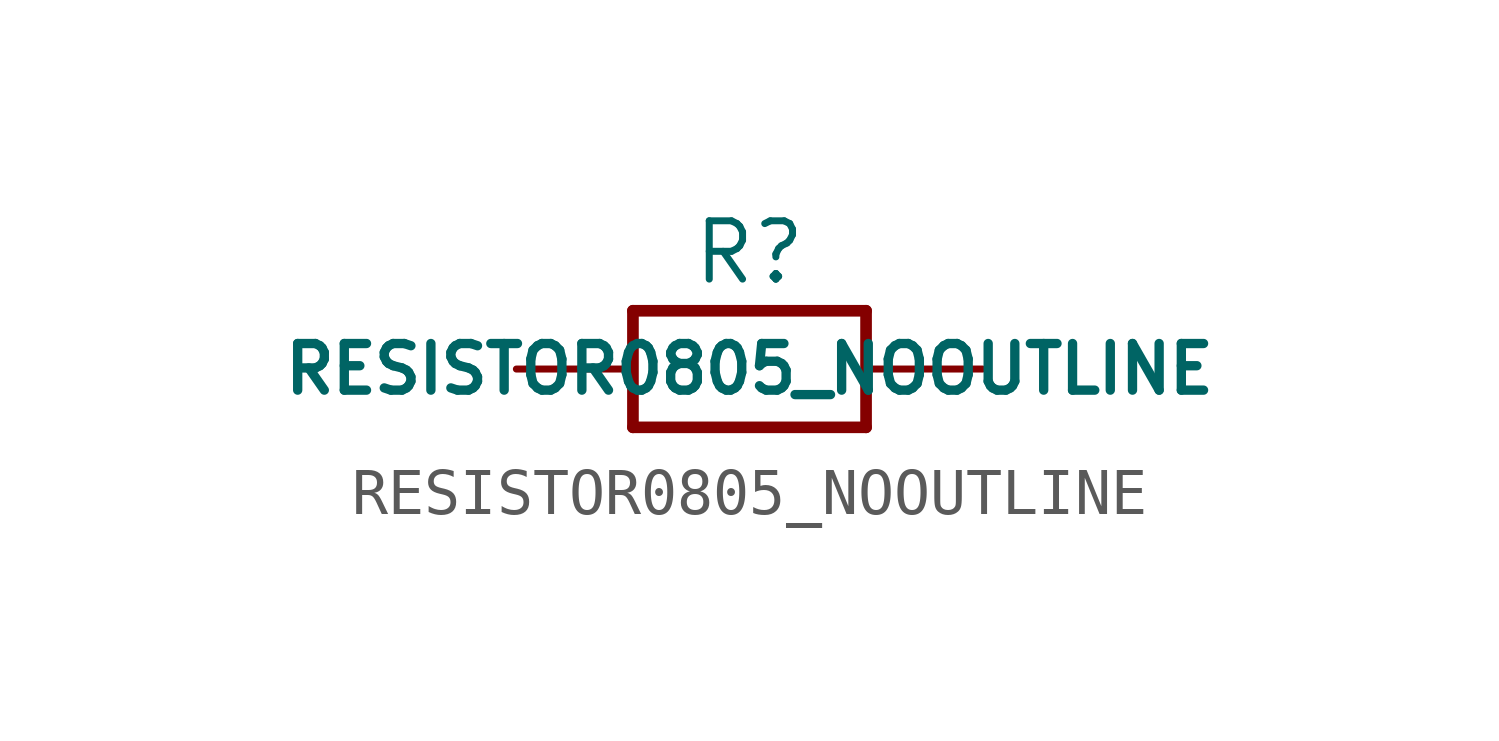
<source format=kicad_sym>
(kicad_symbol_lib
  (version 20201005)
  (generator kicad_symbol_editor)
  (symbol "RESISTOR0805_NOOUTLINE"
    (property "Reference" "R"
      (at 0 2.54 0)
      (effects (font (size 1.27 1.27))))
    (property "Value" "RESISTOR0805_NOOUTLINE"
      (at 0 0 0)
      (effects (font (size 1.016 1.016) bold)))
    (property "ki_locked" ""
      (at 0 0 0)
      (effects (font (size 1.27 1.27))))
    (symbol "RESISTOR0805_NOOUTLINE_1_0"
      (polyline (pts (xy -2.54 -1.27) (xy -2.54 1.27)) (stroke (width 0.254)) (fill (type none)))
      (polyline (pts (xy -2.54 1.27) (xy 2.54 1.27)) (stroke (width 0.254)) (fill (type none)))
      (polyline (pts (xy 2.54 -1.27) (xy -2.54 -1.27)) (stroke (width 0.254)) (fill (type none)))
      (polyline (pts (xy 2.54 1.27) (xy 2.54 -1.27)) (stroke (width 0.254)) (fill (type none)))
      (pin passive line (at -5.08 0 0) (length 2.54) (name "1" (effects (font (size 0 0)))) (number "1" (effects (font (size 0 0)))))
      (pin passive line (at 5.08 0 180) (length 2.54) (name "2" (effects (font (size 0 0)))) (number "2" (effects (font (size 0 0))))))))
</source>
